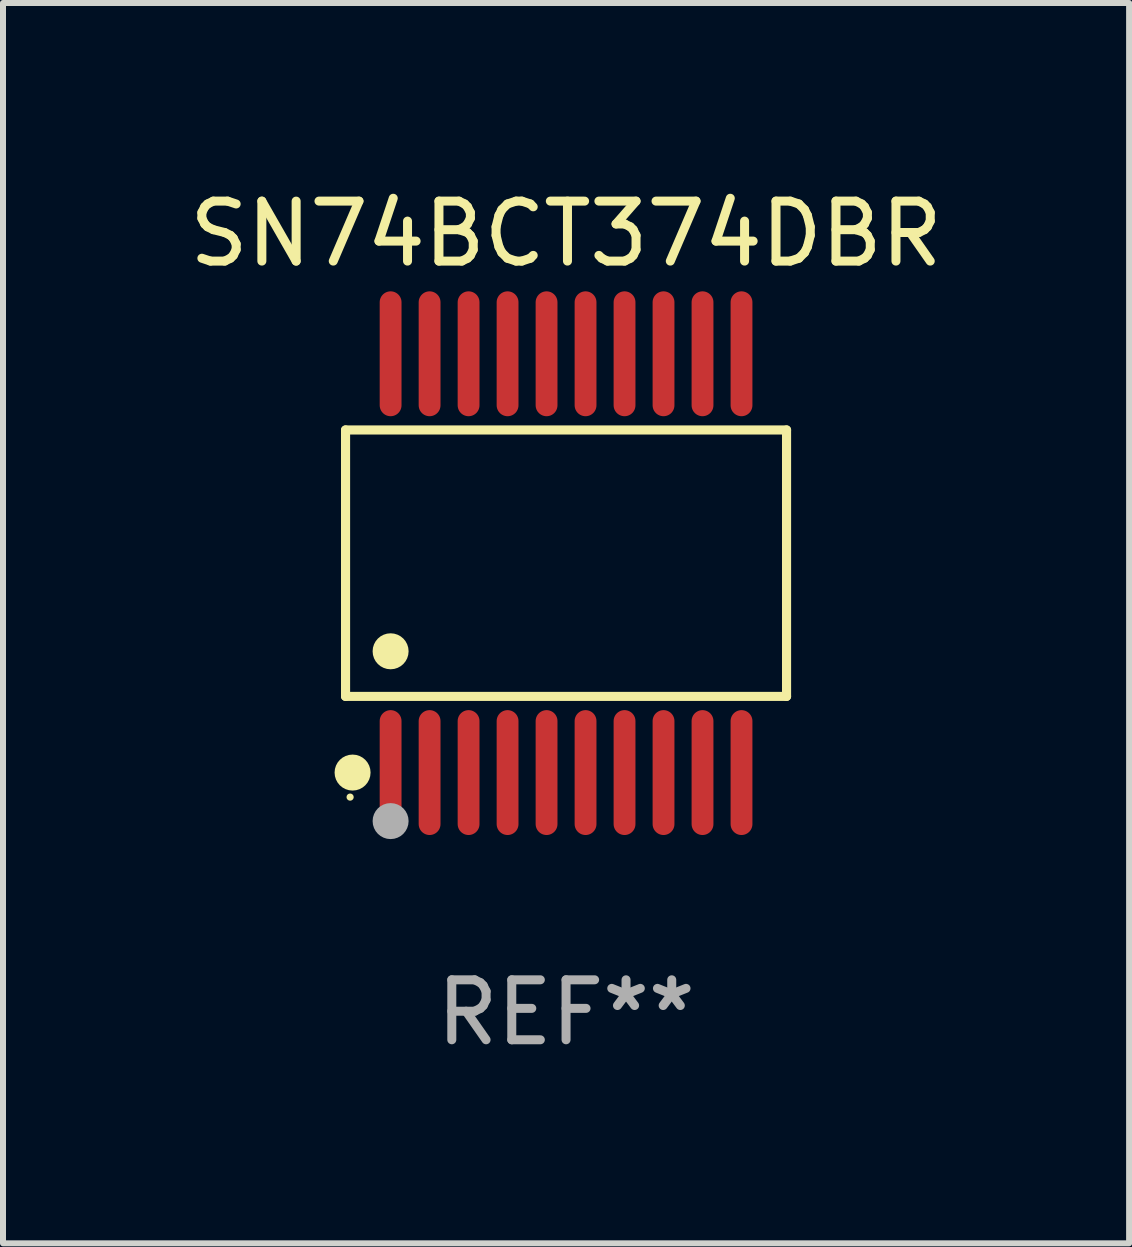
<source format=kicad_pcb>
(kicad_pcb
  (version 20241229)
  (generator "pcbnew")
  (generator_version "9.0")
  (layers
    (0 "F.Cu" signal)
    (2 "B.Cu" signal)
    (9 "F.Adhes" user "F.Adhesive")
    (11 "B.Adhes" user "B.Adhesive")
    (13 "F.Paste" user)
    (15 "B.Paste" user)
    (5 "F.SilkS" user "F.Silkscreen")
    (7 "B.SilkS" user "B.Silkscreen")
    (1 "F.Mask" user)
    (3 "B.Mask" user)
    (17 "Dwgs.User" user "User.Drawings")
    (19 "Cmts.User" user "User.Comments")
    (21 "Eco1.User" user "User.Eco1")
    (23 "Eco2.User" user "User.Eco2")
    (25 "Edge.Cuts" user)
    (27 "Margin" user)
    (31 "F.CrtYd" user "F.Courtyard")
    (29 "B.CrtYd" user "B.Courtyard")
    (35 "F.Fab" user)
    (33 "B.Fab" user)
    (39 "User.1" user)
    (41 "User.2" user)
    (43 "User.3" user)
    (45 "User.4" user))
  (footprint "SN74BCT374DBR"
    (layer "F.Cu")
    (at 6.387 6.339)
    (property "Reference" "SN74BCT374DBR" (at 0 -5.491 0) (layer "F.SilkS") (effects (font (size 1 1) (thickness 0.15))))
    (attr through_hole)
    (fp_line (start -3.676 -2.221) (end 3.676 -2.221) (stroke (width 0.152) (type solid)) (layer "F.SilkS"))
    (fp_line (start -3.676 2.221) (end -3.676 -2.221) (stroke (width 0.152) (type solid)) (layer "F.SilkS"))
    (fp_line (start 3.676 -2.221) (end 3.676 2.221) (stroke (width 0.152) (type solid)) (layer "F.SilkS"))
    (fp_line (start 3.676 2.221) (end -3.676 2.221) (stroke (width 0.152) (type solid)) (layer "F.SilkS"))
    (fp_circle (center -3.6 3.9) (end -3.57 3.9) (stroke (width 0.06) (type solid)) (fill no) (layer "F.SilkS"))
    (fp_circle (center -3.559 3.491) (end -3.409 3.491) (stroke (width 0.3) (type solid)) (fill no) (layer "F.SilkS"))
    (fp_circle (center -2.925 1.469) (end -2.775 1.469) (stroke (width 0.3) (type solid)) (fill no) (layer "F.SilkS"))
    (fp_circle (center -2.925 4.3) (end -2.775 4.3) (stroke (width 0.3) (type solid)) (fill no) (layer "F.Fab"))
    (fp_text user "REF**" (at 0 7.491 0) (layer "F.Fab") (effects (font (size 1 1) (thickness 0.15))))
    (pad "1" smd oval (at -2.925 3.491) (size 0.364 2.082) (layers "F.Cu" "F.Mask" "F.Paste"))
    (pad "2" smd oval (at -2.275 3.491) (size 0.364 2.082) (layers "F.Cu" "F.Mask" "F.Paste"))
    (pad "3" smd oval (at -1.625 3.491) (size 0.364 2.082) (layers "F.Cu" "F.Mask" "F.Paste"))
    (pad "4" smd oval (at -0.975 3.491) (size 0.364 2.082) (layers "F.Cu" "F.Mask" "F.Paste"))
    (pad "5" smd oval (at -0.325 3.491) (size 0.364 2.082) (layers "F.Cu" "F.Mask" "F.Paste"))
    (pad "6" smd oval (at 0.325 3.491) (size 0.364 2.082) (layers "F.Cu" "F.Mask" "F.Paste"))
    (pad "7" smd oval (at 0.975 3.491) (size 0.364 2.082) (layers "F.Cu" "F.Mask" "F.Paste"))
    (pad "8" smd oval (at 1.625 3.491) (size 0.364 2.082) (layers "F.Cu" "F.Mask" "F.Paste"))
    (pad "9" smd oval (at 2.275 3.491) (size 0.364 2.082) (layers "F.Cu" "F.Mask" "F.Paste"))
    (pad "10" smd oval (at 2.925 3.491) (size 0.364 2.082) (layers "F.Cu" "F.Mask" "F.Paste"))
    (pad "11" smd oval (at 2.925 -3.491) (size 0.364 2.082) (layers "F.Cu" "F.Mask" "F.Paste"))
    (pad "12" smd oval (at 2.275 -3.491) (size 0.364 2.082) (layers "F.Cu" "F.Mask" "F.Paste"))
    (pad "13" smd oval (at 1.625 -3.491) (size 0.364 2.082) (layers "F.Cu" "F.Mask" "F.Paste"))
    (pad "14" smd oval (at 0.975 -3.491) (size 0.364 2.082) (layers "F.Cu" "F.Mask" "F.Paste"))
    (pad "15" smd oval (at 0.325 -3.491) (size 0.364 2.082) (layers "F.Cu" "F.Mask" "F.Paste"))
    (pad "16" smd oval (at -0.325 -3.491) (size 0.364 2.082) (layers "F.Cu" "F.Mask" "F.Paste"))
    (pad "17" smd oval (at -0.975 -3.491) (size 0.364 2.082) (layers "F.Cu" "F.Mask" "F.Paste"))
    (pad "18" smd oval (at -1.625 -3.491) (size 0.364 2.082) (layers "F.Cu" "F.Mask" "F.Paste"))
    (pad "19" smd oval (at -2.275 -3.491) (size 0.364 2.082) (layers "F.Cu" "F.Mask" "F.Paste"))
    (pad "20" smd oval (at -2.925 -3.491) (size 0.364 2.082) (layers "F.Cu" "F.Mask" "F.Paste")))
  (gr_rect
    (start -3 -3)
    (end 15.774 17.678)
    (stroke (width 0.1) (type default))
    (fill no)
    (layer "Edge.Cuts")))
</source>
